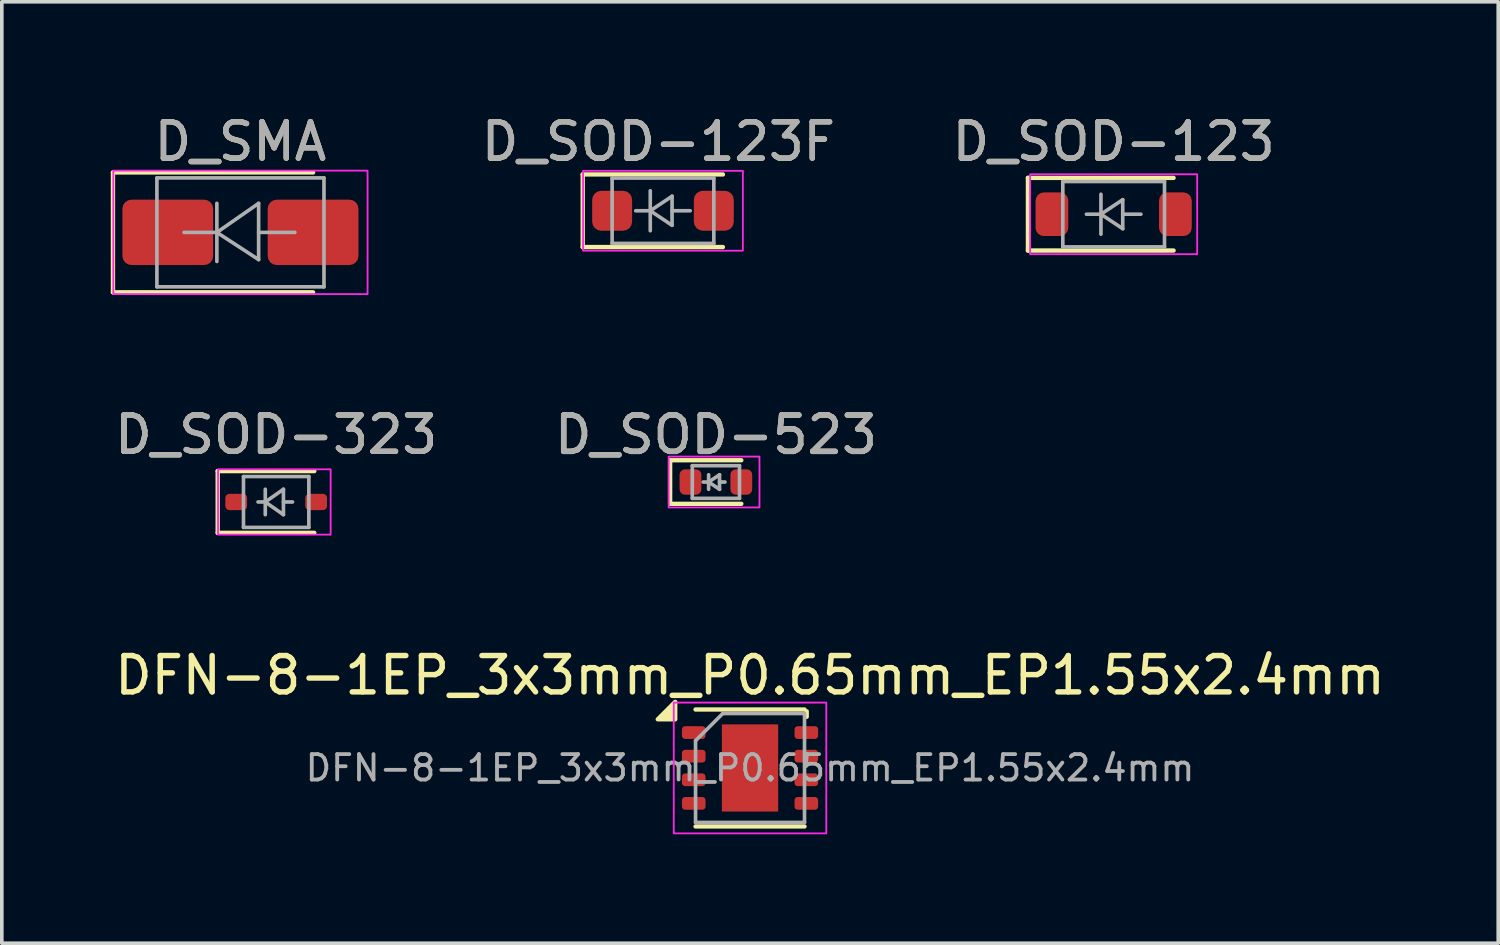
<source format=kicad_pcb>
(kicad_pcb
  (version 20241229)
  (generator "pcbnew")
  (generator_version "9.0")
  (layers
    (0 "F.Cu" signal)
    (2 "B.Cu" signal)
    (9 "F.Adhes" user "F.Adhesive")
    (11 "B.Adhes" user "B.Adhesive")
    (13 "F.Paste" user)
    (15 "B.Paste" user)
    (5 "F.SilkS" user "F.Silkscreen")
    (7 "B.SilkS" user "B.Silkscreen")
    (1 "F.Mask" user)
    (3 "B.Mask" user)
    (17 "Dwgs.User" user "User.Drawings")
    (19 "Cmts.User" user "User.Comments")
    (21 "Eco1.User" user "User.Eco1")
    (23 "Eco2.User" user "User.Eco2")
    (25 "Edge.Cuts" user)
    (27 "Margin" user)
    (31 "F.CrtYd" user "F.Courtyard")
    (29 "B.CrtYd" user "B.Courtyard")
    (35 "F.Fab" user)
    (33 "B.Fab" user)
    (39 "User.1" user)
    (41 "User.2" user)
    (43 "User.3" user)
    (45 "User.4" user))
  (footprint "D_SOD-323"
    (layer "F.Cu")
    (at 4.554 10.771)
    (property "Reference" "D_SOD-323" (at 0 -1.85 0) (layer "F.SilkS") (effects (font (size 1 1) (thickness 0.15))))
    (attr smd)
    (fp_line (start -1.61 -0.85) (end -1.61 0.85) (stroke (width 0.12) (type solid)) (layer "F.SilkS"))
    (fp_line (start -1.61 -0.85) (end 1.05 -0.85) (stroke (width 0.12) (type solid)) (layer "F.SilkS"))
    (fp_line (start -1.61 0.85) (end 1.05 0.85) (stroke (width 0.12) (type solid)) (layer "F.SilkS"))
    (fp_rect (start -1.6 -0.9) (end 1.5 0.9) (stroke (width 0.05) (type default)) (fill no) (layer "F.CrtYd"))
    (fp_line (start -0.9 -0.7) (end 0.9 -0.7) (stroke (width 0.1) (type solid)) (layer "F.Fab"))
    (fp_line (start -0.9 0.7) (end -0.9 -0.7) (stroke (width 0.1) (type solid)) (layer "F.Fab"))
    (fp_line (start -0.3 -0.35) (end -0.3 0.35) (stroke (width 0.1) (type solid)) (layer "F.Fab"))
    (fp_line (start -0.3 0) (end -0.5 0) (stroke (width 0.1) (type solid)) (layer "F.Fab"))
    (fp_line (start -0.3 0) (end 0.2 -0.35) (stroke (width 0.1) (type solid)) (layer "F.Fab"))
    (fp_line (start 0.2 -0.35) (end 0.2 0.35) (stroke (width 0.1) (type solid)) (layer "F.Fab"))
    (fp_line (start 0.2 0) (end 0.45 0) (stroke (width 0.1) (type solid)) (layer "F.Fab"))
    (fp_line (start 0.2 0.35) (end -0.3 0) (stroke (width 0.1) (type solid)) (layer "F.Fab"))
    (fp_line (start 0.9 -0.7) (end 0.9 0.7) (stroke (width 0.1) (type solid)) (layer "F.Fab"))
    (fp_line (start 0.9 0.7) (end -0.9 0.7) (stroke (width 0.1) (type solid)) (layer "F.Fab"))
    (fp_text user "${REFERENCE}" (at 0 -1.85 0) (layer "F.Fab") (effects (font (size 1 1) (thickness 0.15))))
    (pad "1" smd roundrect (at -1.1 0) (size 0.6 0.45) (layers "F.Cu" "F.Mask" "F.Paste") (roundrect_rratio 0.25))
    (pad "2" smd roundrect (at 1.1 0) (size 0.6 0.45) (layers "F.Cu" "F.Mask" "F.Paste") (roundrect_rratio 0.25)))
  (footprint "DFN-8-1EP_3x3mm_P0.65mm_EP1.55x2.4mm"
    (layer "F.Cu")
    (at 17.601 18.095)
    (property "Reference" "DFN-8-1EP_3x3mm_P0.65mm_EP1.55x2.4mm" (at 0 -2.55 0) (layer "F.SilkS") (effects (font (size 1 1) (thickness 0.15))))
    (attr smd)
    (fp_line (start -1.5 -1.61) (end 1.5 -1.61) (stroke (width 0.12) (type solid)) (layer "F.SilkS"))
    (fp_line (start -1.5 1.61) (end 1.5 1.61) (stroke (width 0.12) (type solid)) (layer "F.SilkS"))
    (fp_line (start 1.56 -1.56) (end 1.56 -1.41) (stroke (width 0.12) (type solid)) (layer "F.SilkS"))
    (fp_poly (pts (xy -2.06 -1.34) (xy -2.54 -1.34) (xy -2.06 -1.82) (xy -2.06 -1.34)) (stroke (width 0.12) (type solid)) (fill yes) (layer "F.SilkS"))
    (fp_rect (start -2.1 -1.8) (end 2.1 1.8) (stroke (width 0.05) (type default)) (fill no) (layer "F.CrtYd"))
    (fp_line (start -1.5 -0.75) (end -0.75 -1.5) (stroke (width 0.1) (type solid)) (layer "F.Fab"))
    (fp_line (start -1.5 1.5) (end -1.5 -0.75) (stroke (width 0.1) (type solid)) (layer "F.Fab"))
    (fp_line (start -0.75 -1.5) (end 1.5 -1.5) (stroke (width 0.1) (type solid)) (layer "F.Fab"))
    (fp_line (start 1.5 -1.5) (end 1.5 1.5) (stroke (width 0.1) (type solid)) (layer "F.Fab"))
    (fp_line (start 1.5 1.5) (end -1.5 1.5) (stroke (width 0.1) (type solid)) (layer "F.Fab"))
    (fp_text user "${REFERENCE}" (at 0 0 0) (layer "F.Fab") (effects (font (size 0.7 0.7) (thickness 0.105))))
    (pad "" smd rect (at -0.388 -0.6) (size 0.6 1) (layers "F.Paste"))
    (pad "" smd rect (at -0.388 0.6) (size 0.6 1) (layers "F.Paste"))
    (pad "" smd rect (at 0.388 -0.6) (size 0.6 1) (layers "F.Paste"))
    (pad "" smd rect (at 0.388 0.6) (size 0.6 1) (layers "F.Paste"))
    (pad "1" smd roundrect (at -1.55 -0.975) (size 0.65 0.35) (layers "F.Cu" "F.Mask" "F.Paste") (roundrect_rratio 0.25))
    (pad "2" smd roundrect (at -1.55 -0.325) (size 0.65 0.35) (layers "F.Cu" "F.Mask" "F.Paste") (roundrect_rratio 0.25))
    (pad "3" smd roundrect (at -1.55 0.325) (size 0.65 0.35) (layers "F.Cu" "F.Mask" "F.Paste") (roundrect_rratio 0.25))
    (pad "4" smd roundrect (at -1.55 0.975) (size 0.65 0.35) (layers "F.Cu" "F.Mask" "F.Paste") (roundrect_rratio 0.25))
    (pad "5" smd roundrect (at 1.55 0.975) (size 0.65 0.35) (layers "F.Cu" "F.Mask" "F.Paste") (roundrect_rratio 0.25))
    (pad "6" smd roundrect (at 1.55 0.325) (size 0.65 0.35) (layers "F.Cu" "F.Mask" "F.Paste") (roundrect_rratio 0.25))
    (pad "7" smd roundrect (at 1.55 -0.325) (size 0.65 0.35) (layers "F.Cu" "F.Mask" "F.Paste") (roundrect_rratio 0.25))
    (pad "8" smd roundrect (at 1.55 -0.975) (size 0.65 0.35) (layers "F.Cu" "F.Mask" "F.Paste") (roundrect_rratio 0.25))
    (pad "9" smd rect (at 0 0) (size 1.55 2.4) (layers "F.Cu" "F.Mask")))
  (footprint "D_SOD-523"
    (layer "F.Cu")
    (at 16.661 10.222)
    (property "Reference" "D_SOD-523" (at 0 -1.3 0) (layer "F.SilkS") (effects (font (size 1 1) (thickness 0.15))))
    (attr smd)
    (fp_line (start -1.26 -0.6) (end -1.26 0.6) (stroke (width 0.12) (type solid)) (layer "F.SilkS"))
    (fp_line (start 0.7 -0.6) (end -1.26 -0.6) (stroke (width 0.12) (type solid)) (layer "F.SilkS"))
    (fp_line (start 0.7 0.6) (end -1.26 0.6) (stroke (width 0.12) (type solid)) (layer "F.SilkS"))
    (fp_rect (start -1.3 -0.7) (end 1.2 0.7) (stroke (width 0.05) (type default)) (fill no) (layer "F.CrtYd"))
    (fp_line (start -0.65 -0.45) (end 0.65 -0.45) (stroke (width 0.1) (type solid)) (layer "F.Fab"))
    (fp_line (start -0.65 0.45) (end -0.65 -0.45) (stroke (width 0.1) (type solid)) (layer "F.Fab"))
    (fp_line (start -0.2 0) (end -0.35 0) (stroke (width 0.1) (type solid)) (layer "F.Fab"))
    (fp_line (start -0.2 0) (end 0.1 0.2) (stroke (width 0.1) (type solid)) (layer "F.Fab"))
    (fp_line (start -0.2 0.2) (end -0.2 -0.2) (stroke (width 0.1) (type solid)) (layer "F.Fab"))
    (fp_line (start 0.1 -0.2) (end -0.2 0) (stroke (width 0.1) (type solid)) (layer "F.Fab"))
    (fp_line (start 0.1 0) (end 0.25 0) (stroke (width 0.1) (type solid)) (layer "F.Fab"))
    (fp_line (start 0.1 0.2) (end 0.1 -0.2) (stroke (width 0.1) (type solid)) (layer "F.Fab"))
    (fp_line (start 0.65 -0.45) (end 0.65 0.45) (stroke (width 0.1) (type solid)) (layer "F.Fab"))
    (fp_line (start 0.65 0.45) (end -0.65 0.45) (stroke (width 0.1) (type solid)) (layer "F.Fab"))
    (fp_text user "${REFERENCE}" (at 0 -1.3 0) (layer "F.Fab") (effects (font (size 1 1) (thickness 0.15))))
    (pad "1" smd roundrect (at -0.7 0 180) (size 0.6 0.7) (layers "F.Cu" "F.Mask" "F.Paste") (roundrect_rratio 0.25))
    (pad "2" smd roundrect (at 0.7 0 180) (size 0.6 0.7) (layers "F.Cu" "F.Mask" "F.Paste") (roundrect_rratio 0.25)))
  (footprint "D_SOD-123F"
    (layer "F.Cu")
    (at 15.204 2.753)
    (property "Reference" "D_SOD-123F" (at -0.127 -1.905 0) (layer "F.SilkS") (effects (font (size 1 1) (thickness 0.15))))
    (attr smd)
    (fp_line (start -2.21 -1) (end -2.21 1) (stroke (width 0.12) (type solid)) (layer "F.SilkS"))
    (fp_line (start -2.21 -1) (end 1.65 -1) (stroke (width 0.12) (type solid)) (layer "F.SilkS"))
    (fp_line (start -2.21 1) (end 1.65 1) (stroke (width 0.12) (type solid)) (layer "F.SilkS"))
    (fp_rect (start -2.2 -1.1) (end 2.2 1.1) (stroke (width 0.05) (type default)) (fill no) (layer "F.CrtYd"))
    (fp_line (start -1.4 -0.9) (end 1.4 -0.9) (stroke (width 0.1) (type solid)) (layer "F.Fab"))
    (fp_line (start -1.4 0.9) (end -1.4 -0.9) (stroke (width 0.1) (type solid)) (layer "F.Fab"))
    (fp_line (start -0.75 0) (end -0.35 0) (stroke (width 0.1) (type solid)) (layer "F.Fab"))
    (fp_line (start -0.35 0) (end -0.35 -0.55) (stroke (width 0.1) (type solid)) (layer "F.Fab"))
    (fp_line (start -0.35 0) (end -0.35 0.55) (stroke (width 0.1) (type solid)) (layer "F.Fab"))
    (fp_line (start -0.35 0) (end 0.25 -0.4) (stroke (width 0.1) (type solid)) (layer "F.Fab"))
    (fp_line (start 0.25 -0.4) (end 0.25 0.4) (stroke (width 0.1) (type solid)) (layer "F.Fab"))
    (fp_line (start 0.25 0) (end 0.75 0) (stroke (width 0.1) (type solid)) (layer "F.Fab"))
    (fp_line (start 0.25 0.4) (end -0.35 0) (stroke (width 0.1) (type solid)) (layer "F.Fab"))
    (fp_line (start 1.4 -0.9) (end 1.4 0.9) (stroke (width 0.1) (type solid)) (layer "F.Fab"))
    (fp_line (start 1.4 0.9) (end -1.4 0.9) (stroke (width 0.1) (type solid)) (layer "F.Fab"))
    (fp_text user "${REFERENCE}" (at -0.127 -1.905 0) (layer "F.Fab") (effects (font (size 1 1) (thickness 0.15))))
    (pad "1" smd roundrect (at -1.4 0) (size 1.1 1.1) (layers "F.Cu" "F.Mask" "F.Paste") (roundrect_rratio 0.227))
    (pad "2" smd roundrect (at 1.4 0) (size 1.1 1.1) (layers "F.Cu" "F.Mask" "F.Paste") (roundrect_rratio 0.227)))
  (footprint "D_SMA"
    (layer "F.Cu")
    (at 3.57 3.348)
    (property "Reference" "D_SMA" (at 0 -2.5 0) (layer "F.SilkS") (effects (font (size 1 1) (thickness 0.15))))
    (attr smd)
    (fp_line (start -3.51 -1.65) (end -3.51 1.65) (stroke (width 0.12) (type solid)) (layer "F.SilkS"))
    (fp_line (start -3.51 -1.65) (end 2 -1.65) (stroke (width 0.12) (type solid)) (layer "F.SilkS"))
    (fp_line (start -3.51 1.65) (end 2 1.65) (stroke (width 0.12) (type solid)) (layer "F.SilkS"))
    (fp_rect (start -3.5 -1.7) (end 3.5 1.7) (stroke (width 0.05) (type default)) (fill no) (layer "F.CrtYd"))
    (fp_line (start -2.3 1.5) (end -2.3 -1.5) (stroke (width 0.1) (type solid)) (layer "F.Fab"))
    (fp_line (start -0.649 -0.799) (end -0.649 0.801) (stroke (width 0.1) (type solid)) (layer "F.Fab"))
    (fp_line (start -0.649 0.001) (end -1.551 0.001) (stroke (width 0.1) (type solid)) (layer "F.Fab"))
    (fp_line (start -0.649 0.001) (end 0.501 -0.799) (stroke (width 0.1) (type solid)) (layer "F.Fab"))
    (fp_line (start -0.649 0.001) (end 0.501 0.75) (stroke (width 0.1) (type solid)) (layer "F.Fab"))
    (fp_line (start 0.501 0.001) (end 1.499 0.001) (stroke (width 0.1) (type solid)) (layer "F.Fab"))
    (fp_line (start 0.501 0.75) (end 0.501 -0.799) (stroke (width 0.1) (type solid)) (layer "F.Fab"))
    (fp_line (start 2.3 -1.5) (end -2.3 -1.5) (stroke (width 0.1) (type solid)) (layer "F.Fab"))
    (fp_line (start 2.3 -1.5) (end 2.3 1.5) (stroke (width 0.1) (type solid)) (layer "F.Fab"))
    (fp_line (start 2.3 1.5) (end -2.3 1.5) (stroke (width 0.1) (type solid)) (layer "F.Fab"))
    (fp_text user "${REFERENCE}" (at 0 -2.5 0) (layer "F.Fab") (effects (font (size 1 1) (thickness 0.15))))
    (pad "1" smd roundrect (at -2 0) (size 2.5 1.8) (layers "F.Cu" "F.Mask" "F.Paste") (roundrect_rratio 0.139))
    (pad "2" smd roundrect (at 2 0) (size 2.5 1.8) (layers "F.Cu" "F.Mask" "F.Paste") (roundrect_rratio 0.139)))
  (footprint "D_SOD-123"
    (layer "F.Cu")
    (at 27.613 2.848)
    (property "Reference" "D_SOD-123" (at 0 -2 0) (layer "F.SilkS") (effects (font (size 1 1) (thickness 0.15))))
    (attr smd)
    (fp_line (start -2.36 -1) (end -2.36 1) (stroke (width 0.12) (type solid)) (layer "F.SilkS"))
    (fp_line (start -2.36 -1) (end 1.65 -1) (stroke (width 0.12) (type solid)) (layer "F.SilkS"))
    (fp_line (start -2.36 1) (end 1.65 1) (stroke (width 0.12) (type solid)) (layer "F.SilkS"))
    (fp_rect (start -2.3 -1.1) (end 2.3 1.1) (stroke (width 0.05) (type default)) (fill no) (layer "F.CrtYd"))
    (fp_line (start -1.4 -0.9) (end 1.4 -0.9) (stroke (width 0.1) (type solid)) (layer "F.Fab"))
    (fp_line (start -1.4 0.9) (end -1.4 -0.9) (stroke (width 0.1) (type solid)) (layer "F.Fab"))
    (fp_line (start -0.75 0) (end -0.35 0) (stroke (width 0.1) (type solid)) (layer "F.Fab"))
    (fp_line (start -0.35 0) (end -0.35 -0.55) (stroke (width 0.1) (type solid)) (layer "F.Fab"))
    (fp_line (start -0.35 0) (end -0.35 0.55) (stroke (width 0.1) (type solid)) (layer "F.Fab"))
    (fp_line (start -0.35 0) (end 0.25 -0.4) (stroke (width 0.1) (type solid)) (layer "F.Fab"))
    (fp_line (start 0.25 -0.4) (end 0.25 0.4) (stroke (width 0.1) (type solid)) (layer "F.Fab"))
    (fp_line (start 0.25 0) (end 0.75 0) (stroke (width 0.1) (type solid)) (layer "F.Fab"))
    (fp_line (start 0.25 0.4) (end -0.35 0) (stroke (width 0.1) (type solid)) (layer "F.Fab"))
    (fp_line (start 1.4 -0.9) (end 1.4 0.9) (stroke (width 0.1) (type solid)) (layer "F.Fab"))
    (fp_line (start 1.4 0.9) (end -1.4 0.9) (stroke (width 0.1) (type solid)) (layer "F.Fab"))
    (fp_text user "${REFERENCE}" (at 0 -2 0) (layer "F.Fab") (effects (font (size 1 1) (thickness 0.15))))
    (pad "1" smd roundrect (at -1.7 0) (size 0.9 1.2) (layers "F.Cu" "F.Mask" "F.Paste") (roundrect_rratio 0.25))
    (pad "2" smd roundrect (at 1.7 0) (size 0.9 1.2) (layers "F.Cu" "F.Mask" "F.Paste") (roundrect_rratio 0.25)))
  (gr_rect
    (start -3 -3)
    (end 38.202 22.92)
    (stroke (width 0.1) (type default))
    (fill no)
    (layer "Edge.Cuts")))
</source>
